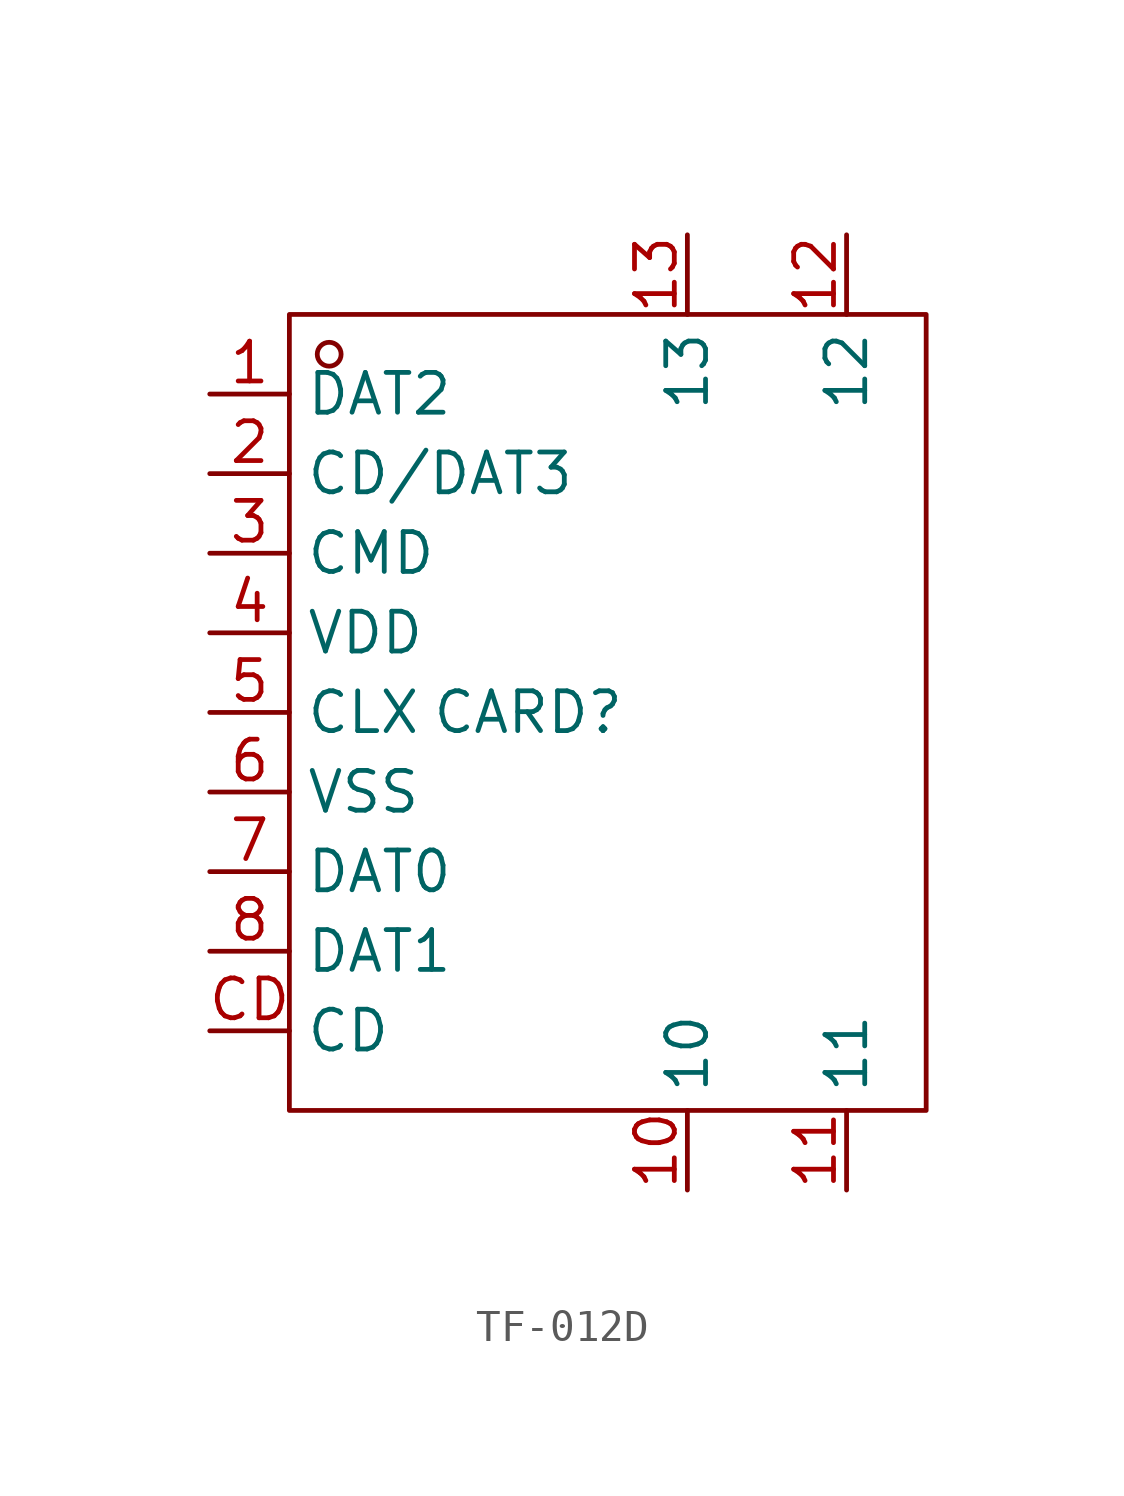
<source format=kicad_sym>
(kicad_symbol_lib
  (version 20241209)
  (generator "kicad_symbol_editor")
  (generator_version "9.0")
  (symbol "TF-012D"
    (property "Reference" "CARD"
      (at 0 0 0)
      (effects (font (size 1.27 1.27))))
    (property "Value" ""
      (at 0 0 0)
      (effects (font (size 1.27 1.27))))
    (symbol "TF-012D_1_0"
      (rectangle (start -7.62 -12.7) (end 12.7 12.7) (stroke (width 0) (type default)) (fill (type none)))
      (circle (center -6.35 11.43) (radius 0.381) (stroke (width 0) (type default)) (fill (type none)))
      (pin input line (at -10.16 10.16 0) (length 2.54) (name "DAT2" (effects (font (size 1.27 1.27)))) (number "1" (effects (font (size 1.27 1.27)))))
      (pin input line (at -10.16 7.62 0) (length 2.54) (name "CD/DAT3" (effects (font (size 1.27 1.27)))) (number "2" (effects (font (size 1.27 1.27)))))
      (pin input line (at -10.16 5.08 0) (length 2.54) (name "CMD" (effects (font (size 1.27 1.27)))) (number "3" (effects (font (size 1.27 1.27)))))
      (pin input line (at -10.16 2.54 0) (length 2.54) (name "VDD" (effects (font (size 1.27 1.27)))) (number "4" (effects (font (size 1.27 1.27)))))
      (pin input line (at -10.16 0 0) (length 2.54) (name "CLX" (effects (font (size 1.27 1.27)))) (number "5" (effects (font (size 1.27 1.27)))))
      (pin input line (at -10.16 -2.54 0) (length 2.54) (name "VSS" (effects (font (size 1.27 1.27)))) (number "6" (effects (font (size 1.27 1.27)))))
      (pin input line (at -10.16 -5.08 0) (length 2.54) (name "DAT0" (effects (font (size 1.27 1.27)))) (number "7" (effects (font (size 1.27 1.27)))))
      (pin input line (at -10.16 -7.62 0) (length 2.54) (name "DAT1" (effects (font (size 1.27 1.27)))) (number "8" (effects (font (size 1.27 1.27)))))
      (pin input line (at -10.16 -10.16 0) (length 2.54) (name "CD" (effects (font (size 1.27 1.27)))) (number "CD" (effects (font (size 1.27 1.27)))))
      (pin input line (at 5.08 15.24 270) (length 2.54) (name "13" (effects (font (size 1.27 1.27)))) (number "13" (effects (font (size 1.27 1.27)))))
      (pin input line (at 5.08 -15.24 90) (length 2.54) (name "10" (effects (font (size 1.27 1.27)))) (number "10" (effects (font (size 1.27 1.27)))))
      (pin input line (at 10.16 15.24 270) (length 2.54) (name "12" (effects (font (size 1.27 1.27)))) (number "12" (effects (font (size 1.27 1.27)))))
      (pin input line (at 10.16 -15.24 90) (length 2.54) (name "11" (effects (font (size 1.27 1.27)))) (number "11" (effects (font (size 1.27 1.27))))))))
</source>
